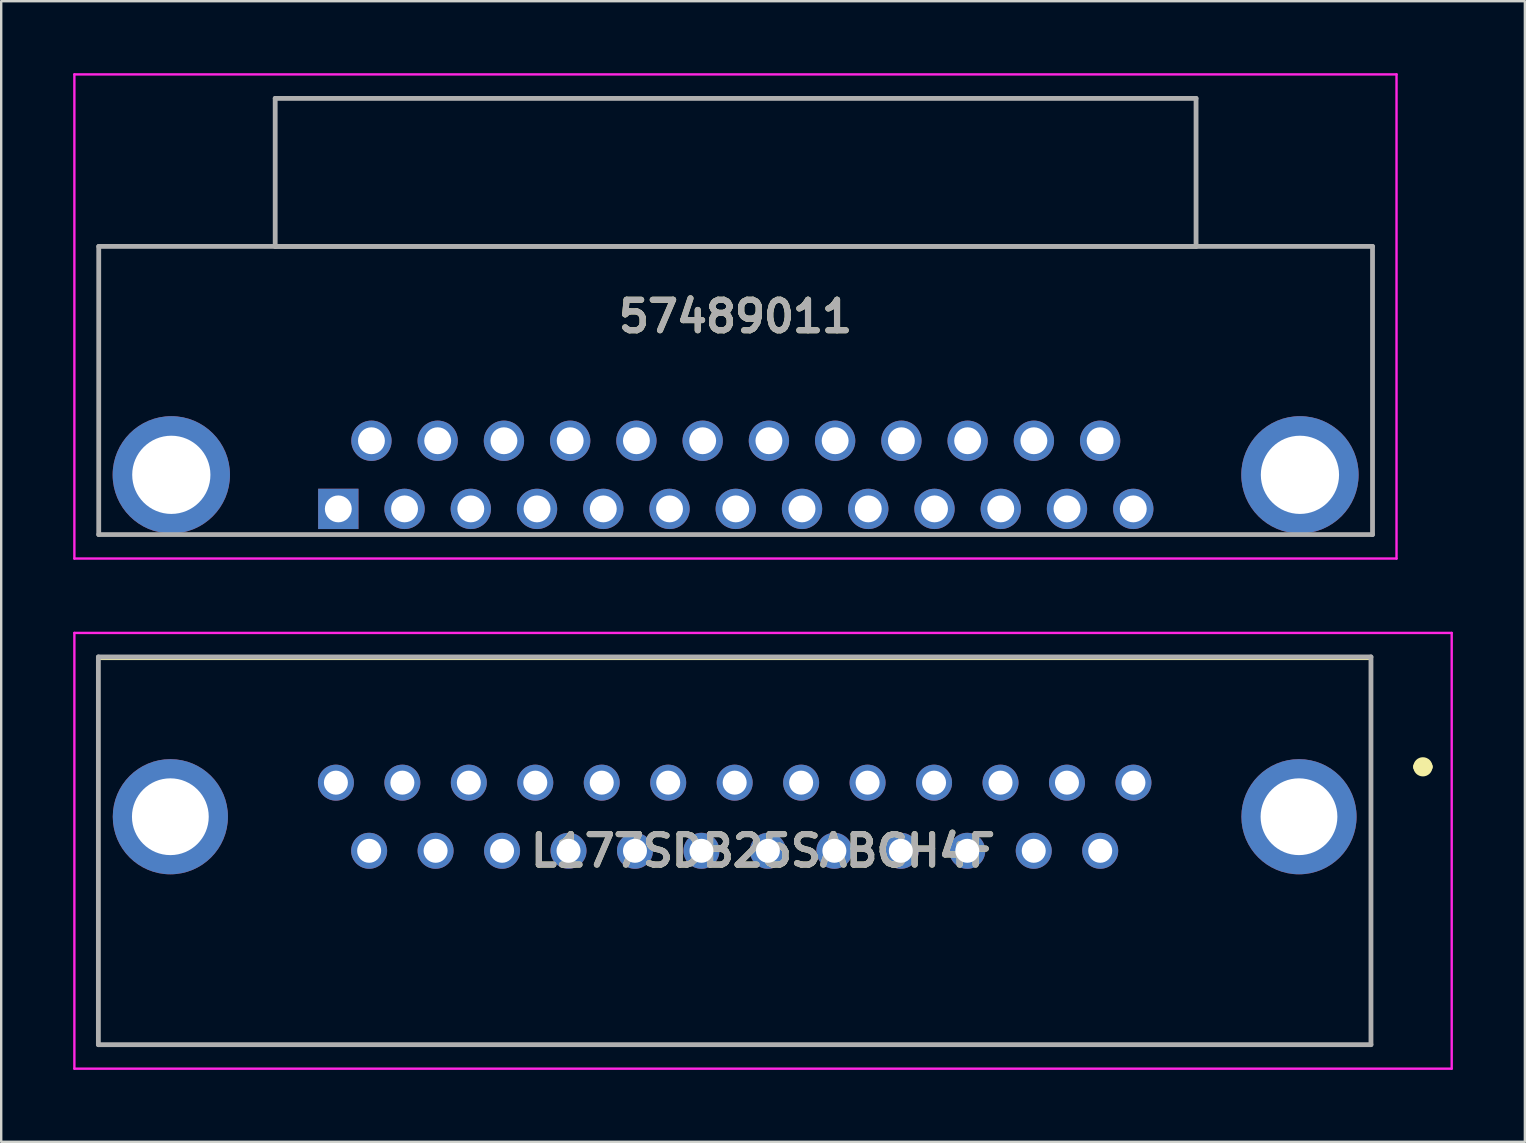
<source format=kicad_pcb>
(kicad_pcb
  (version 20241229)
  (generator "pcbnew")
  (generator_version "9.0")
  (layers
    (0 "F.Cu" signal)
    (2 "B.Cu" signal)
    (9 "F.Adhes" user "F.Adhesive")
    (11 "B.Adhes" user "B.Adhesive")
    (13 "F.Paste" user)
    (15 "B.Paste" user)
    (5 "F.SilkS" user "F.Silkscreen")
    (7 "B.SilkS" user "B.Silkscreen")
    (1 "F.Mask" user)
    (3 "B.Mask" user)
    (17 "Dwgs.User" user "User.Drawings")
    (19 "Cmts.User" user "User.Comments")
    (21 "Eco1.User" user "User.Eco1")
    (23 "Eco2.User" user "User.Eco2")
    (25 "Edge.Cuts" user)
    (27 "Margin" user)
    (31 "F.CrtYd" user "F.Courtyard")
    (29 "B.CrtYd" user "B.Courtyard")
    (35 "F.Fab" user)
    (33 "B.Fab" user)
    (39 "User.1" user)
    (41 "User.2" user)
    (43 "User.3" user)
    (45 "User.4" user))
  (footprint "57489011"
    (layer "F.Cu")
    (at 11.05 18.16)
    (property "Reference" "57489011" (at 16.553 -8.02 0) (layer "F.SilkS") (effects (font (size 1.27 1.27) (thickness 0.254))))
    (attr through_hole)
    (fp_line (start -10 -10.94) (end -10 1.07) (stroke (width 0.1) (type solid)) (layer "F.SilkS"))
    (fp_line (start -10 1.07) (end -9.985 1.07) (stroke (width 0.1) (type solid)) (layer "F.SilkS"))
    (fp_line (start -9.985 -10.94) (end -10 -10.94) (stroke (width 0.1) (type solid)) (layer "F.SilkS"))
    (fp_line (start -9.985 -10.94) (end -9.985 -10.94) (stroke (width 0.1) (type solid)) (layer "F.SilkS"))
    (fp_line (start -9.985 -10.94) (end 43.105 -10.94) (stroke (width 0.1) (type solid)) (layer "F.SilkS"))
    (fp_line (start -9.985 1.07) (end -9.985 -10.94) (stroke (width 0.1) (type solid)) (layer "F.SilkS"))
    (fp_line (start 43.105 -10.94) (end -9.985 -10.94) (stroke (width 0.1) (type solid)) (layer "F.SilkS"))
    (fp_line (start 43.105 -10.94) (end 43.105 -10.94) (stroke (width 0.1) (type solid)) (layer "F.SilkS"))
    (fp_line (start 43.105 -10.94) (end 43.105 -10.94) (stroke (width 0.1) (type solid)) (layer "F.SilkS"))
    (fp_line (start 43.105 -10.94) (end 43.105 1.07) (stroke (width 0.1) (type solid)) (layer "F.SilkS"))
    (fp_line (start 43.105 1.07) (end 43.105 -10.94) (stroke (width 0.1) (type solid)) (layer "F.SilkS"))
    (fp_line (start 43.105 1.07) (end 43.105 1.07) (stroke (width 0.1) (type solid)) (layer "F.SilkS"))
    (fp_line (start -11 -18.11) (end 44.105 -18.11) (stroke (width 0.1) (type solid)) (layer "F.CrtYd"))
    (fp_line (start -11 2.07) (end -11 -18.11) (stroke (width 0.1) (type solid)) (layer "F.CrtYd"))
    (fp_line (start 44.105 -18.11) (end 44.105 2.07) (stroke (width 0.1) (type solid)) (layer "F.CrtYd"))
    (fp_line (start 44.105 2.07) (end -11 2.07) (stroke (width 0.1) (type solid)) (layer "F.CrtYd"))
    (fp_line (start -9.985 -10.94) (end 43.105 -10.94) (stroke (width 0.2) (type solid)) (layer "F.Fab"))
    (fp_line (start -9.985 1.07) (end -9.985 -10.94) (stroke (width 0.2) (type solid)) (layer "F.Fab"))
    (fp_line (start -2.63 -17.11) (end -2.63 -10.94) (stroke (width 0.2) (type solid)) (layer "F.Fab"))
    (fp_line (start -2.63 -10.94) (end 35.75 -10.94) (stroke (width 0.2) (type solid)) (layer "F.Fab"))
    (fp_line (start 35.75 -17.11) (end -2.63 -17.11) (stroke (width 0.2) (type solid)) (layer "F.Fab"))
    (fp_line (start 35.75 -10.94) (end 35.75 -17.11) (stroke (width 0.2) (type solid)) (layer "F.Fab"))
    (fp_line (start 43.105 -10.94) (end 43.105 1.07) (stroke (width 0.2) (type solid)) (layer "F.Fab"))
    (fp_line (start 43.105 1.07) (end -9.985 1.07) (stroke (width 0.2) (type solid)) (layer "F.Fab"))
    (fp_text user "${REFERENCE}" (at 16.553 -8.02 0) (layer "F.Fab") (effects (font (size 1.27 1.27) (thickness 0.254))))
    (pad "1" thru_hole rect (at 0 0) (size 1.68 1.68) (drill 1.12) (layers "*.Cu" "*.Mask"))
    (pad "2" thru_hole circle (at 2.761 0) (size 1.68 1.68) (drill 1.12) (layers "*.Cu" "*.Mask"))
    (pad "3" thru_hole circle (at 5.522 0) (size 1.68 1.68) (drill 1.12) (layers "*.Cu" "*.Mask"))
    (pad "4" thru_hole circle (at 8.283 0) (size 1.68 1.68) (drill 1.12) (layers "*.Cu" "*.Mask"))
    (pad "5" thru_hole circle (at 11.044 0) (size 1.68 1.68) (drill 1.12) (layers "*.Cu" "*.Mask"))
    (pad "6" thru_hole circle (at 13.805 0) (size 1.68 1.68) (drill 1.12) (layers "*.Cu" "*.Mask"))
    (pad "7" thru_hole circle (at 16.566 0) (size 1.68 1.68) (drill 1.12) (layers "*.Cu" "*.Mask"))
    (pad "8" thru_hole circle (at 19.327 0) (size 1.68 1.68) (drill 1.12) (layers "*.Cu" "*.Mask"))
    (pad "9" thru_hole circle (at 22.088 0) (size 1.68 1.68) (drill 1.12) (layers "*.Cu" "*.Mask"))
    (pad "10" thru_hole circle (at 24.849 0) (size 1.68 1.68) (drill 1.12) (layers "*.Cu" "*.Mask"))
    (pad "11" thru_hole circle (at 27.61 0) (size 1.68 1.68) (drill 1.12) (layers "*.Cu" "*.Mask"))
    (pad "12" thru_hole circle (at 30.371 0) (size 1.68 1.68) (drill 1.12) (layers "*.Cu" "*.Mask"))
    (pad "13" thru_hole circle (at 33.133 0) (size 1.68 1.68) (drill 1.12) (layers "*.Cu" "*.Mask"))
    (pad "14" thru_hole circle (at 1.381 -2.84) (size 1.68 1.68) (drill 1.12) (layers "*.Cu" "*.Mask"))
    (pad "15" thru_hole circle (at 4.142 -2.84) (size 1.68 1.68) (drill 1.12) (layers "*.Cu" "*.Mask"))
    (pad "16" thru_hole circle (at 6.903 -2.84) (size 1.68 1.68) (drill 1.12) (layers "*.Cu" "*.Mask"))
    (pad "17" thru_hole circle (at 9.664 -2.84) (size 1.68 1.68) (drill 1.12) (layers "*.Cu" "*.Mask"))
    (pad "18" thru_hole circle (at 12.425 -2.84) (size 1.68 1.68) (drill 1.12) (layers "*.Cu" "*.Mask"))
    (pad "19" thru_hole circle (at 15.186 -2.84) (size 1.68 1.68) (drill 1.12) (layers "*.Cu" "*.Mask"))
    (pad "20" thru_hole circle (at 17.947 -2.84) (size 1.68 1.68) (drill 1.12) (layers "*.Cu" "*.Mask"))
    (pad "21" thru_hole circle (at 20.708 -2.84) (size 1.68 1.68) (drill 1.12) (layers "*.Cu" "*.Mask"))
    (pad "22" thru_hole circle (at 23.469 -2.84) (size 1.68 1.68) (drill 1.12) (layers "*.Cu" "*.Mask"))
    (pad "23" thru_hole circle (at 26.23 -2.84) (size 1.68 1.68) (drill 1.12) (layers "*.Cu" "*.Mask"))
    (pad "24" thru_hole circle (at 28.991 -2.84) (size 1.68 1.68) (drill 1.12) (layers "*.Cu" "*.Mask"))
    (pad "25" thru_hole circle (at 31.752 -2.84) (size 1.68 1.68) (drill 1.12) (layers "*.Cu" "*.Mask"))
    (pad "MH1" thru_hole circle (at -6.96 -1.42) (size 4.89 4.89) (drill 3.26) (layers "*.Cu" "*.Mask"))
    (pad "MH2" thru_hole circle (at 40.08 -1.42) (size 4.89 4.89) (drill 3.26) (layers "*.Cu" "*.Mask")))
  (footprint "L177SDB25SABCH4F"
    (layer "F.Cu")
    (at 44.19 29.57)
    (property "Reference" "L177SDB25SABCH4F" (at -15.438 2.84 0) (layer "F.SilkS") (effects (font (size 1.27 1.27) (thickness 0.254))))
    (attr through_hole)
    (fp_line (start -43.14 -5.16) (end 9.9 -5.16) (stroke (width 0.1) (type solid)) (layer "F.SilkS"))
    (fp_line (start -43.14 10.92) (end -43.14 -5.16) (stroke (width 0.1) (type solid)) (layer "F.SilkS"))
    (fp_line (start 9.9 -5.16) (end 9.9 10.92) (stroke (width 0.1) (type solid)) (layer "F.SilkS"))
    (fp_line (start 9.9 10.92) (end -43.14 10.92) (stroke (width 0.1) (type solid)) (layer "F.SilkS"))
    (fp_line (start 11.865 -0.66) (end 11.865 -0.66) (stroke (width 0.4) (type solid)) (layer "F.SilkS"))
    (fp_line (start 12.265 -0.66) (end 12.265 -0.66) (stroke (width 0.4) (type solid)) (layer "F.SilkS"))
    (fp_arc (start 11.865 -0.66) (mid 12.065 -0.86) (end 12.265 -0.66) (stroke (width 0.4) (type solid)) (layer "F.SilkS"))
    (fp_arc (start 12.265 -0.66) (mid 12.065 -0.46) (end 11.865 -0.66) (stroke (width 0.4) (type solid)) (layer "F.SilkS"))
    (fp_line (start -44.14 -6.24) (end 13.265 -6.24) (stroke (width 0.1) (type solid)) (layer "F.CrtYd"))
    (fp_line (start -44.14 11.92) (end -44.14 -6.24) (stroke (width 0.1) (type solid)) (layer "F.CrtYd"))
    (fp_line (start 13.265 -6.24) (end 13.265 11.92) (stroke (width 0.1) (type solid)) (layer "F.CrtYd"))
    (fp_line (start 13.265 11.92) (end -44.14 11.92) (stroke (width 0.1) (type solid)) (layer "F.CrtYd"))
    (fp_line (start -43.14 -5.24) (end 9.9 -5.24) (stroke (width 0.2) (type solid)) (layer "F.Fab"))
    (fp_line (start -43.14 10.92) (end -43.14 -5.24) (stroke (width 0.2) (type solid)) (layer "F.Fab"))
    (fp_line (start 9.9 -5.24) (end 9.9 10.92) (stroke (width 0.2) (type solid)) (layer "F.Fab"))
    (fp_line (start 9.9 10.92) (end -43.14 10.92) (stroke (width 0.2) (type solid)) (layer "F.Fab"))
    (fp_text user "${REFERENCE}" (at -15.438 2.84 0) (layer "F.Fab") (effects (font (size 1.27 1.27) (thickness 0.254))))
    (pad "1" thru_hole circle (at 0 0) (size 1.5 1.5) (drill 1) (layers "*.Cu" "*.Mask"))
    (pad "2" thru_hole circle (at -2.77 0) (size 1.5 1.5) (drill 1) (layers "*.Cu" "*.Mask"))
    (pad "3" thru_hole circle (at -5.54 0) (size 1.5 1.5) (drill 1) (layers "*.Cu" "*.Mask"))
    (pad "4" thru_hole circle (at -8.31 0) (size 1.5 1.5) (drill 1) (layers "*.Cu" "*.Mask"))
    (pad "5" thru_hole circle (at -11.08 0) (size 1.5 1.5) (drill 1) (layers "*.Cu" "*.Mask"))
    (pad "6" thru_hole circle (at -13.85 0) (size 1.5 1.5) (drill 1) (layers "*.Cu" "*.Mask"))
    (pad "7" thru_hole circle (at -16.62 0) (size 1.5 1.5) (drill 1) (layers "*.Cu" "*.Mask"))
    (pad "8" thru_hole circle (at -19.39 0) (size 1.5 1.5) (drill 1) (layers "*.Cu" "*.Mask"))
    (pad "9" thru_hole circle (at -22.16 0) (size 1.5 1.5) (drill 1) (layers "*.Cu" "*.Mask"))
    (pad "10" thru_hole circle (at -24.93 0) (size 1.5 1.5) (drill 1) (layers "*.Cu" "*.Mask"))
    (pad "11" thru_hole circle (at -27.7 0) (size 1.5 1.5) (drill 1) (layers "*.Cu" "*.Mask"))
    (pad "12" thru_hole circle (at -30.47 0) (size 1.5 1.5) (drill 1) (layers "*.Cu" "*.Mask"))
    (pad "13" thru_hole circle (at -33.24 0) (size 1.5 1.5) (drill 1) (layers "*.Cu" "*.Mask"))
    (pad "14" thru_hole circle (at -1.385 2.84) (size 1.5 1.5) (drill 1) (layers "*.Cu" "*.Mask"))
    (pad "15" thru_hole circle (at -4.155 2.84) (size 1.5 1.5) (drill 1) (layers "*.Cu" "*.Mask"))
    (pad "16" thru_hole circle (at -6.925 2.84) (size 1.5 1.5) (drill 1) (layers "*.Cu" "*.Mask"))
    (pad "17" thru_hole circle (at -9.695 2.84) (size 1.5 1.5) (drill 1) (layers "*.Cu" "*.Mask"))
    (pad "18" thru_hole circle (at -12.465 2.84) (size 1.5 1.5) (drill 1) (layers "*.Cu" "*.Mask"))
    (pad "19" thru_hole circle (at -15.235 2.84) (size 1.5 1.5) (drill 1) (layers "*.Cu" "*.Mask"))
    (pad "20" thru_hole circle (at -18.005 2.84) (size 1.5 1.5) (drill 1) (layers "*.Cu" "*.Mask"))
    (pad "21" thru_hole circle (at -20.775 2.84) (size 1.5 1.5) (drill 1) (layers "*.Cu" "*.Mask"))
    (pad "22" thru_hole circle (at -23.545 2.84) (size 1.5 1.5) (drill 1) (layers "*.Cu" "*.Mask"))
    (pad "23" thru_hole circle (at -26.315 2.84) (size 1.5 1.5) (drill 1) (layers "*.Cu" "*.Mask"))
    (pad "24" thru_hole circle (at -29.085 2.84) (size 1.5 1.5) (drill 1) (layers "*.Cu" "*.Mask"))
    (pad "25" thru_hole circle (at -31.855 2.84) (size 1.5 1.5) (drill 1) (layers "*.Cu" "*.Mask"))
    (pad "MH1" thru_hole circle (at 6.9 1.42) (size 4.8 4.8) (drill 3.2) (layers "*.Cu" "*.Mask"))
    (pad "MH2" thru_hole circle (at -40.14 1.42) (size 4.8 4.8) (drill 3.2) (layers "*.Cu" "*.Mask")))
  (gr_rect
    (start -3 -3)
    (end 60.505 44.54)
    (stroke (width 0.1) (type default))
    (fill no)
    (layer "Edge.Cuts")))
</source>
